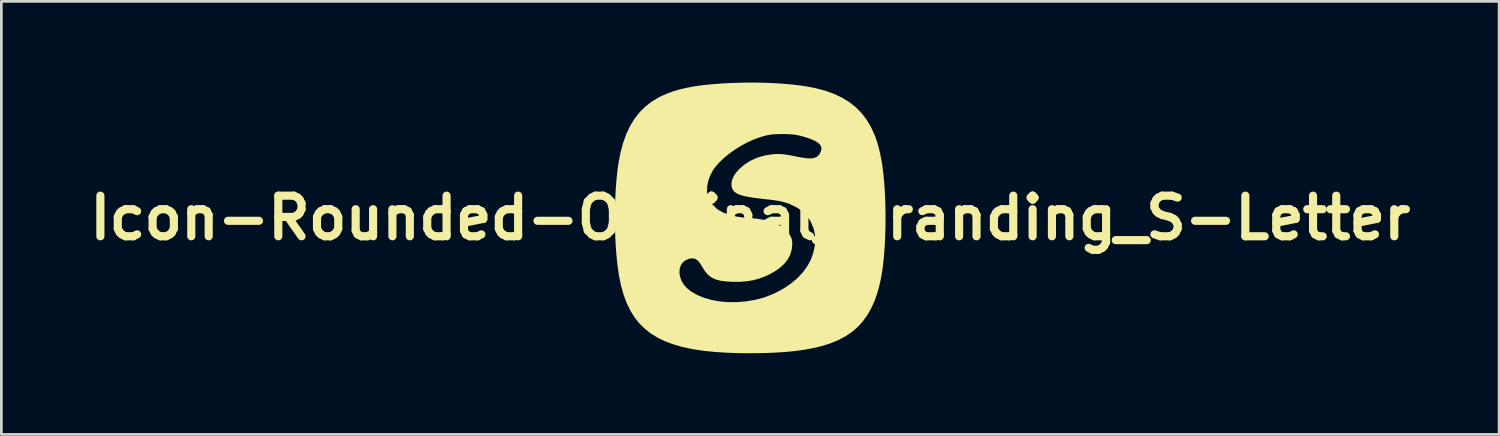
<source format=kicad_pcb>
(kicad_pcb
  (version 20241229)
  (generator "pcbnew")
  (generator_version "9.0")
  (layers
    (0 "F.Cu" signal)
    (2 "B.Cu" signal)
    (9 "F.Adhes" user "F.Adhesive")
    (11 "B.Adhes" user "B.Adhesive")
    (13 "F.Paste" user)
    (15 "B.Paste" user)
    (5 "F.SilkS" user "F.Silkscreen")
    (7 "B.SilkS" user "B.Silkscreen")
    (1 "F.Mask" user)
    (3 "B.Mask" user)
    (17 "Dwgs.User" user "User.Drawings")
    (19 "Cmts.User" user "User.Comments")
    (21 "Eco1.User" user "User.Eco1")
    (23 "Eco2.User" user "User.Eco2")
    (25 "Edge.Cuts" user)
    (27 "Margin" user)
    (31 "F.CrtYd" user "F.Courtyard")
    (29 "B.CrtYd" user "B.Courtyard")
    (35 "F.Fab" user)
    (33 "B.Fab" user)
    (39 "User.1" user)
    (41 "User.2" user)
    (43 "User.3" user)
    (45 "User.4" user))
  (footprint "Icon-Rounded-Original_Branding_S-Letter"
    (layer "F.Cu")
    (at 24.657 4.998)
    (property "Reference" "Icon-Rounded-Original_Branding_S-Letter" (at 0 0 0) (layer "F.SilkS") (effects (font (size 1.5 1.5) (thickness 0.3))))
    (attr board_only exclude_from_pos_files exclude_from_bom)
    (fp_poly (pts (xy 0.632 -4.988) (xy 1.026 -4.969) (xy 1.401 -4.941) (xy 1.752 -4.903) (xy 2.076 -4.857) (xy 2.367 -4.802) (xy 2.399 -4.795) (xy 2.759 -4.701) (xy 3.088 -4.584) (xy 3.386 -4.444) (xy 3.654 -4.28) (xy 3.894 -4.092) (xy 4.107 -3.877) (xy 4.293 -3.637) (xy 4.454 -3.368) (xy 4.591 -3.071) (xy 4.638 -2.949) (xy 4.696 -2.772) (xy 4.752 -2.569) (xy 4.803 -2.351) (xy 4.847 -2.13) (xy 4.864 -2.032) (xy 4.909 -1.705) (xy 4.945 -1.346) (xy 4.972 -0.965) (xy 4.989 -0.567) (xy 4.997 -0.159) (xy 4.996 0.252) (xy 4.986 0.658) (xy 4.967 1.052) (xy 4.938 1.428) (xy 4.9 1.779) (xy 4.864 2.034) (xy 4.812 2.311) (xy 4.748 2.582) (xy 4.673 2.836) (xy 4.592 3.062) (xy 4.467 3.339) (xy 4.324 3.59) (xy 4.16 3.817) (xy 3.975 4.021) (xy 3.766 4.203) (xy 3.532 4.363) (xy 3.272 4.503) (xy 2.984 4.624) (xy 2.666 4.726) (xy 2.316 4.81) (xy 1.934 4.878) (xy 1.517 4.931) (xy 1.495 4.933) (xy 1.209 4.957) (xy 0.894 4.976) (xy 0.557 4.989) (xy 0.207 4.996) (xy -0.147 4.998) (xy -0.497 4.992) (xy -0.827 4.981) (xy -1.298 4.951) (xy -1.734 4.906) (xy -2.136 4.845) (xy -2.505 4.766) (xy -2.843 4.669) (xy -3.151 4.553) (xy -3.43 4.418) (xy -3.682 4.261) (xy -3.906 4.083) (xy -4.106 3.883) (xy -4.282 3.659) (xy -4.434 3.41) (xy -4.566 3.137) (xy -4.676 2.838) (xy -4.768 2.511) (xy -4.842 2.157) (xy -4.854 2.085) (xy -4.863 2.023) (xy -2.614 2.023) (xy -2.599 2.14) (xy -2.546 2.306) (xy -2.46 2.456) (xy -2.338 2.593) (xy -2.18 2.718) (xy -2.169 2.726) (xy -1.947 2.851) (xy -1.698 2.953) (xy -1.425 3.03) (xy -1.132 3.083) (xy -0.823 3.11) (xy -0.502 3.11) (xy -0.173 3.084) (xy -0.107 3.075) (xy 0.212 3.019) (xy 0.509 2.939) (xy 0.795 2.831) (xy 0.977 2.747) (xy 1.268 2.585) (xy 1.529 2.406) (xy 1.757 2.21) (xy 1.953 1.999) (xy 2.114 1.773) (xy 2.241 1.535) (xy 2.331 1.285) (xy 2.385 1.026) (xy 2.401 0.801) (xy 2.387 0.592) (xy 2.34 0.392) (xy 2.261 0.195) (xy 2.222 0.118) (xy 2.182 0.053) (xy 2.133 -0.011) (xy 2.069 -0.082) (xy 1.995 -0.157) (xy 1.91 -0.24) (xy 1.841 -0.301) (xy 1.776 -0.35) (xy 1.704 -0.393) (xy 1.615 -0.439) (xy 1.602 -0.446) (xy 1.472 -0.505) (xy 1.341 -0.554) (xy 1.2 -0.594) (xy 1.044 -0.628) (xy 0.864 -0.656) (xy 0.653 -0.682) (xy 0.629 -0.684) (xy 0.376 -0.712) (xy 0.159 -0.74) (xy -0.025 -0.769) (xy -0.179 -0.799) (xy -0.307 -0.83) (xy -0.41 -0.864) (xy -0.487 -0.898) (xy -0.585 -0.967) (xy -0.652 -1.056) (xy -0.688 -1.16) (xy -0.693 -1.277) (xy -0.668 -1.403) (xy -0.613 -1.534) (xy -0.528 -1.666) (xy -0.422 -1.788) (xy -0.221 -1.964) (xy 0.002 -2.108) (xy 0.247 -2.22) (xy 0.514 -2.3) (xy 0.783 -2.346) (xy 0.916 -2.358) (xy 1.045 -2.36) (xy 1.178 -2.354) (xy 1.323 -2.337) (xy 1.491 -2.309) (xy 1.661 -2.275) (xy 1.864 -2.235) (xy 2.034 -2.21) (xy 2.175 -2.199) (xy 2.29 -2.202) (xy 2.383 -2.221) (xy 2.458 -2.255) (xy 2.518 -2.304) (xy 2.562 -2.361) (xy 2.614 -2.464) (xy 2.631 -2.559) (xy 2.614 -2.645) (xy 2.561 -2.725) (xy 2.472 -2.799) (xy 2.346 -2.868) (xy 2.182 -2.934) (xy 2.081 -2.967) (xy 1.925 -3.013) (xy 1.792 -3.047) (xy 1.669 -3.07) (xy 1.545 -3.085) (xy 1.408 -3.093) (xy 1.247 -3.097) (xy 1.192 -3.097) (xy 1.021 -3.095) (xy 0.879 -3.088) (xy 0.753 -3.076) (xy 0.635 -3.055) (xy 0.511 -3.025) (xy 0.373 -2.983) (xy 0.327 -2.968) (xy 0.09 -2.88) (xy -0.148 -2.769) (xy -0.382 -2.639) (xy -0.607 -2.495) (xy -0.819 -2.34) (xy -1.011 -2.177) (xy -1.179 -2.011) (xy -1.317 -1.845) (xy -1.398 -1.723) (xy -1.487 -1.545) (xy -1.551 -1.36) (xy -1.588 -1.176) (xy -1.597 -1.001) (xy -1.585 -0.889) (xy -1.533 -0.713) (xy -1.448 -0.555) (xy -1.329 -0.416) (xy -1.177 -0.296) (xy -0.992 -0.195) (xy -0.776 -0.114) (xy -0.527 -0.053) (xy -0.248 -0.012) (xy -0.107 -0.000127) (xy 0.011 0.009) (xy 0.129 0.019) (xy 0.235 0.029) (xy 0.317 0.039) (xy 0.332 0.041) (xy 0.591 0.089) (xy 0.822 0.158) (xy 1.026 0.244) (xy 1.2 0.348) (xy 1.341 0.469) (xy 1.449 0.605) (xy 1.492 0.684) (xy 1.522 0.751) (xy 1.54 0.808) (xy 1.549 0.869) (xy 1.551 0.948) (xy 1.551 0.987) (xy 1.53 1.182) (xy 1.473 1.368) (xy 1.378 1.542) (xy 1.247 1.705) (xy 1.08 1.855) (xy 0.877 1.994) (xy 0.64 2.118) (xy 0.564 2.152) (xy 0.341 2.237) (xy 0.116 2.299) (xy -0.118 2.339) (xy -0.371 2.359) (xy -0.65 2.359) (xy -0.654 2.359) (xy -0.876 2.347) (xy -1.064 2.325) (xy -1.224 2.289) (xy -1.36 2.237) (xy -1.476 2.168) (xy -1.579 2.079) (xy -1.671 1.967) (xy -1.758 1.83) (xy -1.773 1.804) (xy -1.853 1.674) (xy -1.932 1.581) (xy -2.012 1.522) (xy -2.098 1.494) (xy -2.194 1.495) (xy -2.271 1.512) (xy -2.395 1.567) (xy -2.494 1.649) (xy -2.564 1.754) (xy -2.605 1.88) (xy -2.614 2.023) (xy -4.863 2.023) (xy -4.902 1.748) (xy -4.941 1.379) (xy -4.97 0.987) (xy -4.989 0.578) (xy -4.998 0.161) (xy -4.997 -0.26) (xy -4.986 -0.675) (xy -4.966 -1.078) (xy -4.935 -1.462) (xy -4.895 -1.821) (xy -4.864 -2.034) (xy -4.788 -2.424) (xy -4.691 -2.782) (xy -4.573 -3.108) (xy -4.432 -3.403) (xy -4.269 -3.669) (xy -4.082 -3.906) (xy -3.872 -4.114) (xy -3.637 -4.296) (xy -3.378 -4.452) (xy -3.296 -4.493) (xy -3.082 -4.588) (xy -2.855 -4.671) (xy -2.611 -4.744) (xy -2.347 -4.806) (xy -2.061 -4.859) (xy -1.749 -4.903) (xy -1.408 -4.938) (xy -1.034 -4.966) (xy -0.625 -4.986) (xy -0.611 -4.986) (xy -0.191 -4.997) (xy 0.225 -4.998)) (stroke (width 0) (type solid)) (fill yes) (layer "F.SilkS")))
  (gr_rect
    (start -3 -3)
    (end 52.314 12.995)
    (stroke (width 0.1) (type default))
    (fill no)
    (layer "Edge.Cuts")))
</source>
